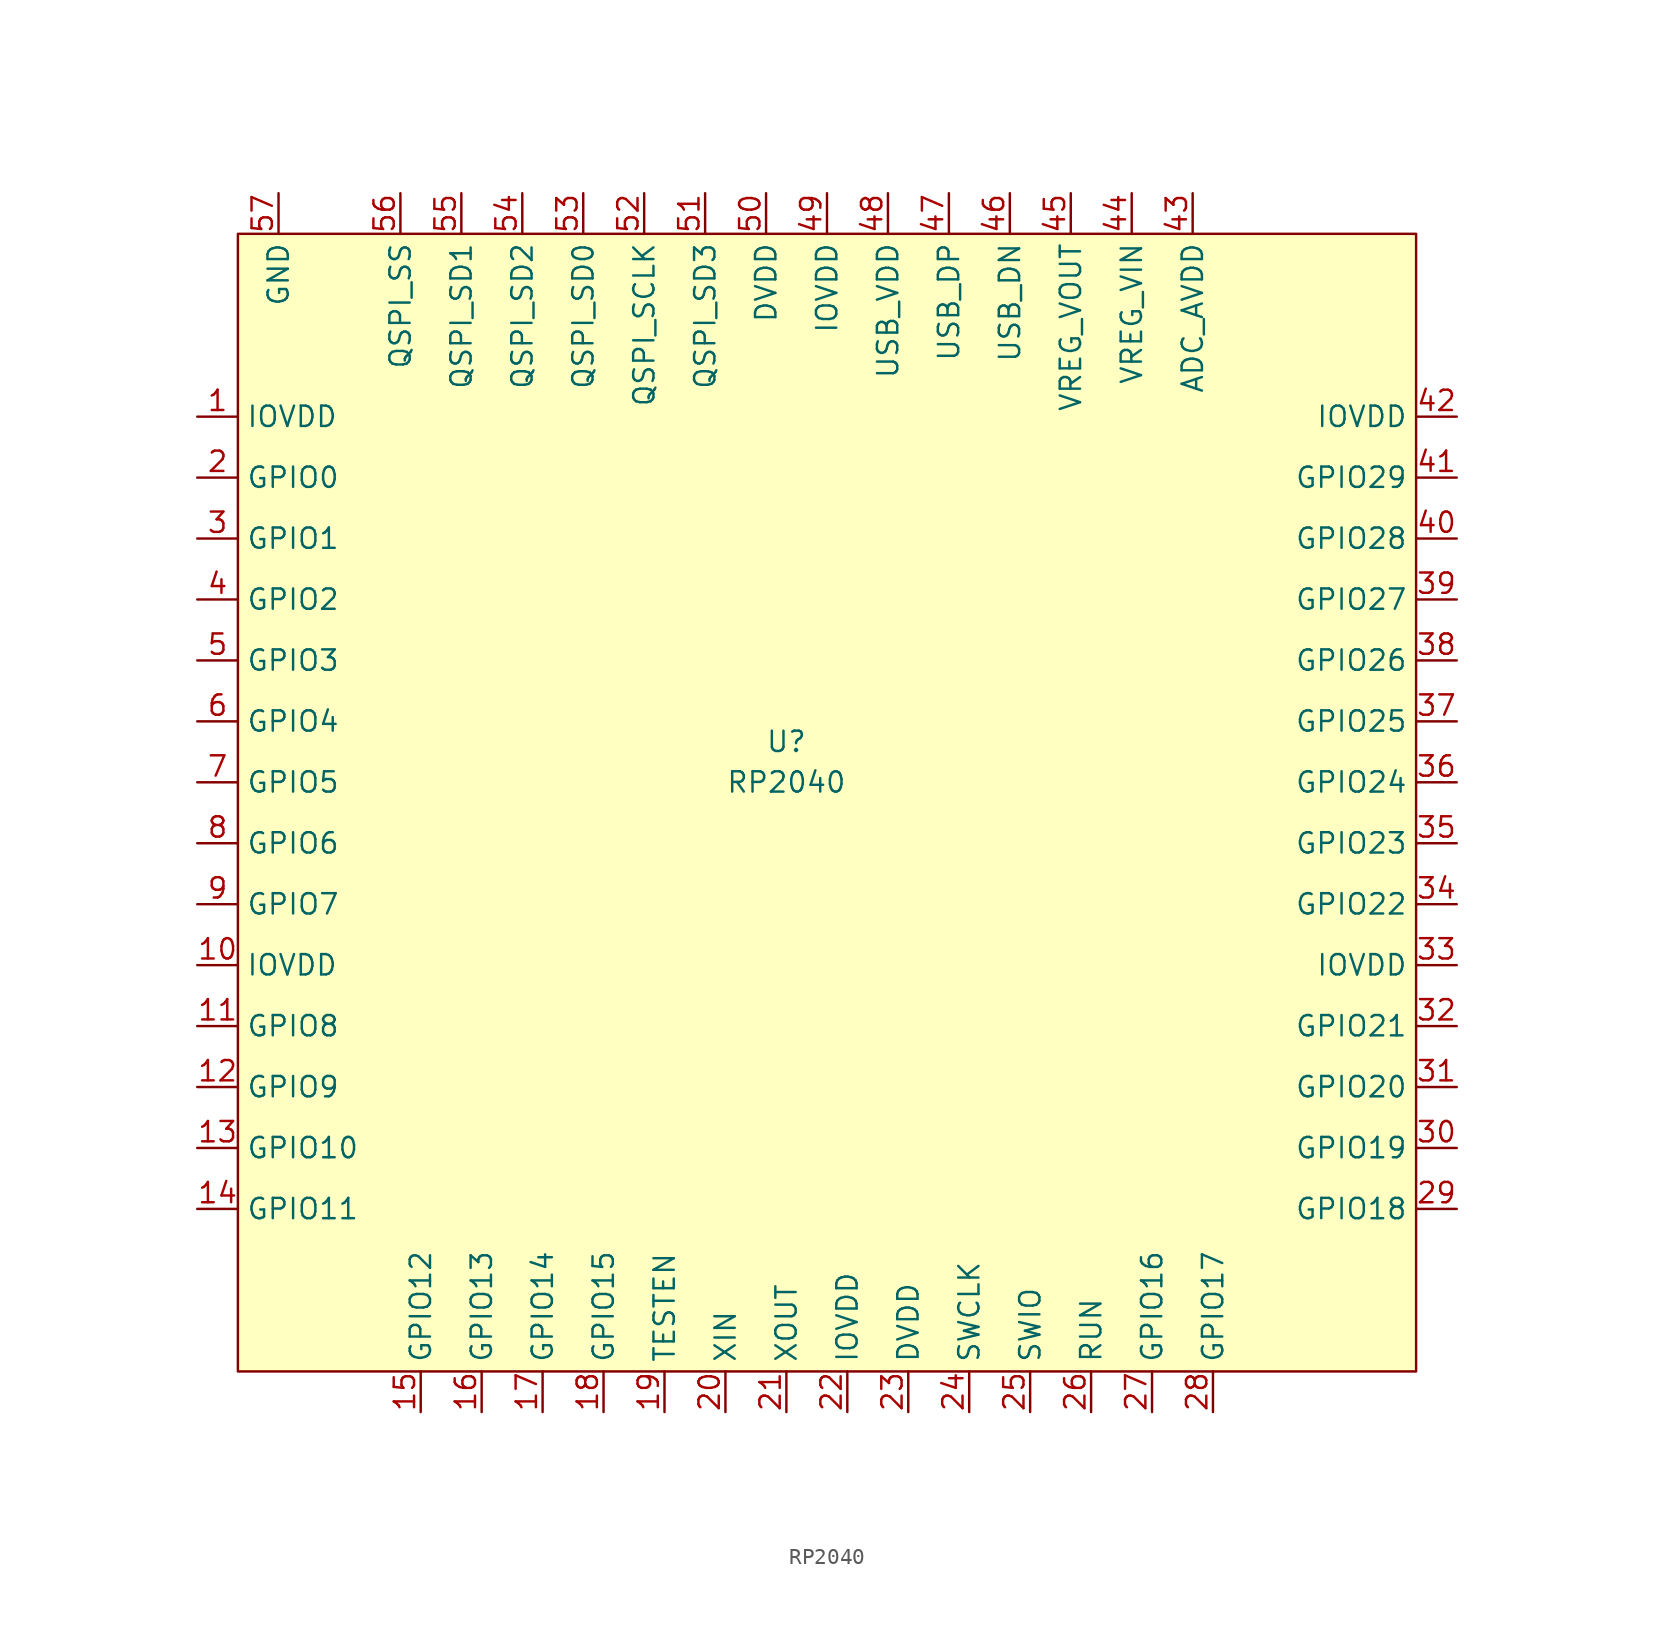
<source format=kicad_sym>
(kicad_symbol_lib
  (version 20211014)
  (generator kicad_symbol_editor)
  (symbol "RP2040"
    (property "Reference" "U"
      (at 0 3.81 0)
      (effects (font (size 1.27 1.27))))
    (property "Value" "RP2040"
      (at 0 1.27 0)
      (effects (font (size 1.27 1.27))))
    (symbol "RP2040_0_1"
      (rectangle (start -34.29 35.56) (end 39.37 -35.56) (stroke (width 0) (type default) (color 0 0 0 0)) (fill (type background))))
    (symbol "RP2040_1_1"
      (pin power_in line (at -36.83 24.13 0) (length 2.54) (name "IOVDD" (effects (font (size 1.27 1.27)))) (number "1" (effects (font (size 1.27 1.27)))))
      (pin power_in line (at -36.83 -10.16 0) (length 2.54) (name "IOVDD" (effects (font (size 1.27 1.27)))) (number "10" (effects (font (size 1.27 1.27)))))
      (pin bidirectional line (at -36.83 -13.97 0) (length 2.54) (name "GPIO8" (effects (font (size 1.27 1.27)))) (number "11" (effects (font (size 1.27 1.27)))) (alternate "I2C0_SDA" bidirectional line) (alternate "PWM4_A" bidirectional line) (alternate "SPI1_RX" bidirectional line) (alternate "UART1_TX" bidirectional line))
      (pin bidirectional line (at -36.83 -17.78 0) (length 2.54) (name "GPIO9" (effects (font (size 1.27 1.27)))) (number "12" (effects (font (size 1.27 1.27)))) (alternate "I2C0_SCL" bidirectional line) (alternate "PWM4_B" bidirectional line) (alternate "SPI1_CSn" bidirectional line) (alternate "UART1_RX" bidirectional line))
      (pin bidirectional line (at -36.83 -21.59 0) (length 2.54) (name "GPIO10" (effects (font (size 1.27 1.27)))) (number "13" (effects (font (size 1.27 1.27)))) (alternate "I2C1_SDA" bidirectional line) (alternate "PWM5_A" bidirectional line) (alternate "SPI1_SCK" bidirectional line) (alternate "UART1_CTS" bidirectional line))
      (pin bidirectional line (at -36.83 -25.4 0) (length 2.54) (name "GPIO11" (effects (font (size 1.27 1.27)))) (number "14" (effects (font (size 1.27 1.27)))) (alternate "I2C1_SCL" bidirectional line) (alternate "PWM5_B" bidirectional line) (alternate "SPI1_TX" bidirectional line) (alternate "UART1_RTS" bidirectional line))
      (pin bidirectional line (at -22.86 -38.1 90) (length 2.54) (name "GPIO12" (effects (font (size 1.27 1.27)))) (number "15" (effects (font (size 1.27 1.27)))) (alternate "I2C0_SDA" bidirectional line) (alternate "PWM6_A" bidirectional line) (alternate "SPI1_RX" bidirectional line) (alternate "UART0_TX" bidirectional line))
      (pin bidirectional line (at -19.05 -38.1 90) (length 2.54) (name "GPIO13" (effects (font (size 1.27 1.27)))) (number "16" (effects (font (size 1.27 1.27)))) (alternate "I2C0_SCL" bidirectional line) (alternate "PWM6_B" bidirectional line) (alternate "SPI1_CSn" bidirectional line) (alternate "UART0_RX" bidirectional line))
      (pin bidirectional line (at -15.24 -38.1 90) (length 2.54) (name "GPIO14" (effects (font (size 1.27 1.27)))) (number "17" (effects (font (size 1.27 1.27)))) (alternate "I2C1_SDA" bidirectional line) (alternate "PWM7_A" bidirectional line) (alternate "SPI1_SCK" bidirectional line) (alternate "UART0_CTS" bidirectional line))
      (pin bidirectional line (at -11.43 -38.1 90) (length 2.54) (name "GPIO15" (effects (font (size 1.27 1.27)))) (number "18" (effects (font (size 1.27 1.27)))) (alternate "I2C1_SCL" bidirectional line) (alternate "PWM7_B" bidirectional line) (alternate "SPI1_TX" bidirectional line) (alternate "UART0_RTS" bidirectional line))
      (pin input line (at -7.62 -38.1 90) (length 2.54) (name "TESTEN" (effects (font (size 1.27 1.27)))) (number "19" (effects (font (size 1.27 1.27)))))
      (pin bidirectional line (at -36.83 20.32 0) (length 2.54) (name "GPIO0" (effects (font (size 1.27 1.27)))) (number "2" (effects (font (size 1.27 1.27)))) (alternate "I2C0_SDA" bidirectional line) (alternate "PWM0_A" bidirectional line) (alternate "SPI0_RX" bidirectional line) (alternate "UART0_TX" bidirectional line))
      (pin input line (at -3.81 -38.1 90) (length 2.54) (name "XIN" (effects (font (size 1.27 1.27)))) (number "20" (effects (font (size 1.27 1.27)))))
      (pin input line (at 0 -38.1 90) (length 2.54) (name "XOUT" (effects (font (size 1.27 1.27)))) (number "21" (effects (font (size 1.27 1.27)))))
      (pin power_in line (at 3.81 -38.1 90) (length 2.54) (name "IOVDD" (effects (font (size 1.27 1.27)))) (number "22" (effects (font (size 1.27 1.27)))))
      (pin power_in line (at 7.62 -38.1 90) (length 2.54) (name "DVDD" (effects (font (size 1.27 1.27)))) (number "23" (effects (font (size 1.27 1.27)))))
      (pin bidirectional line (at 11.43 -38.1 90) (length 2.54) (name "SWCLK" (effects (font (size 1.27 1.27)))) (number "24" (effects (font (size 1.27 1.27)))))
      (pin bidirectional line (at 15.24 -38.1 90) (length 2.54) (name "SWIO" (effects (font (size 1.27 1.27)))) (number "25" (effects (font (size 1.27 1.27)))))
      (pin input line (at 19.05 -38.1 90) (length 2.54) (name "RUN" (effects (font (size 1.27 1.27)))) (number "26" (effects (font (size 1.27 1.27)))))
      (pin bidirectional line (at 22.86 -38.1 90) (length 2.54) (name "GPIO16" (effects (font (size 1.27 1.27)))) (number "27" (effects (font (size 1.27 1.27)))) (alternate "I2C0_SDA" bidirectional line) (alternate "PWM0_A" bidirectional line) (alternate "SPI0_RX" bidirectional line) (alternate "UART0_TX" bidirectional line))
      (pin bidirectional line (at 26.67 -38.1 90) (length 2.54) (name "GPIO17" (effects (font (size 1.27 1.27)))) (number "28" (effects (font (size 1.27 1.27)))) (alternate "I2C0_SCL" bidirectional line) (alternate "PWM0_B" bidirectional line) (alternate "SPI0_CSn" bidirectional line) (alternate "UART0_RX" bidirectional line))
      (pin bidirectional line (at 41.91 -25.4 180) (length 2.54) (name "GPIO18" (effects (font (size 1.27 1.27)))) (number "29" (effects (font (size 1.27 1.27)))) (alternate "I2C1_SDA" bidirectional line) (alternate "PWM1_A" bidirectional line) (alternate "SPI0_SCK" bidirectional line) (alternate "UART0_CTS" bidirectional line))
      (pin bidirectional line (at -36.83 16.51 0) (length 2.54) (name "GPIO1" (effects (font (size 1.27 1.27)))) (number "3" (effects (font (size 1.27 1.27)))) (alternate "I2C0_SCL" bidirectional line) (alternate "PWM0_B" bidirectional line) (alternate "SPI0_CSn" bidirectional line) (alternate "UART0_RX" bidirectional line))
      (pin bidirectional line (at 41.91 -21.59 180) (length 2.54) (name "GPIO19" (effects (font (size 1.27 1.27)))) (number "30" (effects (font (size 1.27 1.27)))) (alternate "I2C1_SCL" bidirectional line) (alternate "PWM1_B" bidirectional line) (alternate "SPI0_TX" bidirectional line) (alternate "UART0_RTS" bidirectional line))
      (pin bidirectional line (at 41.91 -17.78 180) (length 2.54) (name "GPIO20" (effects (font (size 1.27 1.27)))) (number "31" (effects (font (size 1.27 1.27)))) (alternate "I2C0_SDA" bidirectional line) (alternate "PWM2_A" bidirectional line) (alternate "SPI0_RX" bidirectional line) (alternate "UART1_TX" bidirectional line))
      (pin bidirectional line (at 41.91 -13.97 180) (length 2.54) (name "GPIO21" (effects (font (size 1.27 1.27)))) (number "32" (effects (font (size 1.27 1.27)))) (alternate "I2C0_SCL" bidirectional line) (alternate "PWM2_B" bidirectional line) (alternate "SPI0_CSn" bidirectional line) (alternate "UART1_RX" bidirectional line))
      (pin power_in line (at 41.91 -10.16 180) (length 2.54) (name "IOVDD" (effects (font (size 1.27 1.27)))) (number "33" (effects (font (size 1.27 1.27)))))
      (pin bidirectional line (at 41.91 -6.35 180) (length 2.54) (name "GPIO22" (effects (font (size 1.27 1.27)))) (number "34" (effects (font (size 1.27 1.27)))) (alternate "I2C1_SDA" bidirectional line) (alternate "PWM3_A" bidirectional line) (alternate "SPI0_SCK" bidirectional line) (alternate "UART1_CTS" bidirectional line))
      (pin bidirectional line (at 41.91 -2.54 180) (length 2.54) (name "GPIO23" (effects (font (size 1.27 1.27)))) (number "35" (effects (font (size 1.27 1.27)))) (alternate "I2C1_SCL" bidirectional line) (alternate "PWM3_B" bidirectional line) (alternate "SPI0_TX" bidirectional line) (alternate "UART1_RTS" bidirectional line))
      (pin bidirectional line (at 41.91 1.27 180) (length 2.54) (name "GPIO24" (effects (font (size 1.27 1.27)))) (number "36" (effects (font (size 1.27 1.27)))) (alternate "I2C0_SDA" bidirectional line) (alternate "PWM4_A" bidirectional line) (alternate "SPI1_RX" bidirectional line) (alternate "UART1_TX" bidirectional line))
      (pin bidirectional line (at 41.91 5.08 180) (length 2.54) (name "GPIO25" (effects (font (size 1.27 1.27)))) (number "37" (effects (font (size 1.27 1.27)))) (alternate "I2C0_SCL" bidirectional line) (alternate "PWM4_B" bidirectional line) (alternate "SPI1_CSn" bidirectional line) (alternate "UART1_RX" bidirectional line))
      (pin bidirectional line (at 41.91 8.89 180) (length 2.54) (name "GPIO26" (effects (font (size 1.27 1.27)))) (number "38" (effects (font (size 1.27 1.27)))) (alternate "ADC0" bidirectional line) (alternate "I2C1_SDA" bidirectional line) (alternate "PWM5_A" bidirectional line) (alternate "SPI1_SCK" bidirectional line) (alternate "UART1_CTS" bidirectional line))
      (pin bidirectional line (at 41.91 12.7 180) (length 2.54) (name "GPIO27" (effects (font (size 1.27 1.27)))) (number "39" (effects (font (size 1.27 1.27)))) (alternate "ADC1" bidirectional line) (alternate "I2C1_SCL" bidirectional line) (alternate "PWM5_B" bidirectional line) (alternate "SPI1_TX" bidirectional line) (alternate "UART1_RTS" bidirectional line))
      (pin bidirectional line (at -36.83 12.7 0) (length 2.54) (name "GPIO2" (effects (font (size 1.27 1.27)))) (number "4" (effects (font (size 1.27 1.27)))) (alternate "I2C1_SDA" bidirectional line) (alternate "PWM1_A" bidirectional line) (alternate "SPI0_SCK" bidirectional line) (alternate "UART0_CTS" bidirectional line))
      (pin bidirectional line (at 41.91 16.51 180) (length 2.54) (name "GPIO28" (effects (font (size 1.27 1.27)))) (number "40" (effects (font (size 1.27 1.27)))) (alternate "ADC2" bidirectional line) (alternate "I2C0_SDA" bidirectional line) (alternate "PWM6_A" bidirectional line) (alternate "SPI1_RX" bidirectional line) (alternate "UART0_TX" bidirectional line))
      (pin bidirectional line (at 41.91 20.32 180) (length 2.54) (name "GPIO29" (effects (font (size 1.27 1.27)))) (number "41" (effects (font (size 1.27 1.27)))) (alternate "ADC3" bidirectional line) (alternate "I2C0_SCL" bidirectional line) (alternate "PWM6_B" bidirectional line) (alternate "SPI1_CSn" bidirectional line) (alternate "UART0_RX" bidirectional line))
      (pin power_in line (at 41.91 24.13 180) (length 2.54) (name "IOVDD" (effects (font (size 1.27 1.27)))) (number "42" (effects (font (size 1.27 1.27)))))
      (pin power_in line (at 25.4 38.1 270) (length 2.54) (name "ADC_AVDD" (effects (font (size 1.27 1.27)))) (number "43" (effects (font (size 1.27 1.27)))))
      (pin power_in line (at 21.59 38.1 270) (length 2.54) (name "VREG_VIN" (effects (font (size 1.27 1.27)))) (number "44" (effects (font (size 1.27 1.27)))))
      (pin power_in line (at 17.78 38.1 270) (length 2.54) (name "VREG_VOUT" (effects (font (size 1.27 1.27)))) (number "45" (effects (font (size 1.27 1.27)))))
      (pin bidirectional line (at 13.97 38.1 270) (length 2.54) (name "USB_DN" (effects (font (size 1.27 1.27)))) (number "46" (effects (font (size 1.27 1.27)))))
      (pin bidirectional line (at 10.16 38.1 270) (length 2.54) (name "USB_DP" (effects (font (size 1.27 1.27)))) (number "47" (effects (font (size 1.27 1.27)))))
      (pin power_in line (at 6.35 38.1 270) (length 2.54) (name "USB_VDD" (effects (font (size 1.27 1.27)))) (number "48" (effects (font (size 1.27 1.27)))))
      (pin power_in line (at 2.54 38.1 270) (length 2.54) (name "IOVDD" (effects (font (size 1.27 1.27)))) (number "49" (effects (font (size 1.27 1.27)))))
      (pin bidirectional line (at -36.83 8.89 0) (length 2.54) (name "GPIO3" (effects (font (size 1.27 1.27)))) (number "5" (effects (font (size 1.27 1.27)))) (alternate "I2C1_SCL" bidirectional line) (alternate "PWM1_B" bidirectional line) (alternate "SPI0_TX" bidirectional line) (alternate "UART0_RTS" bidirectional line))
      (pin power_in line (at -1.27 38.1 270) (length 2.54) (name "DVDD" (effects (font (size 1.27 1.27)))) (number "50" (effects (font (size 1.27 1.27)))))
      (pin bidirectional line (at -5.08 38.1 270) (length 2.54) (name "QSPI_SD3" (effects (font (size 1.27 1.27)))) (number "51" (effects (font (size 1.27 1.27)))))
      (pin bidirectional line (at -8.89 38.1 270) (length 2.54) (name "QSPI_SCLK" (effects (font (size 1.27 1.27)))) (number "52" (effects (font (size 1.27 1.27)))))
      (pin bidirectional line (at -12.7 38.1 270) (length 2.54) (name "QSPI_SD0" (effects (font (size 1.27 1.27)))) (number "53" (effects (font (size 1.27 1.27)))))
      (pin bidirectional line (at -16.51 38.1 270) (length 2.54) (name "QSPI_SD2" (effects (font (size 1.27 1.27)))) (number "54" (effects (font (size 1.27 1.27)))))
      (pin bidirectional line (at -20.32 38.1 270) (length 2.54) (name "QSPI_SD1" (effects (font (size 1.27 1.27)))) (number "55" (effects (font (size 1.27 1.27)))))
      (pin bidirectional line (at -24.13 38.1 270) (length 2.54) (name "QSPI_SS" (effects (font (size 1.27 1.27)))) (number "56" (effects (font (size 1.27 1.27)))))
      (pin power_in line (at -31.75 38.1 270) (length 2.54) (name "GND" (effects (font (size 1.27 1.27)))) (number "57" (effects (font (size 1.27 1.27)))))
      (pin bidirectional line (at -36.83 5.08 0) (length 2.54) (name "GPIO4" (effects (font (size 1.27 1.27)))) (number "6" (effects (font (size 1.27 1.27)))) (alternate "I2C0_SDA" bidirectional line) (alternate "PWM2_A" bidirectional line) (alternate "SPI0_RX" bidirectional line) (alternate "UART1_TX" bidirectional line))
      (pin bidirectional line (at -36.83 1.27 0) (length 2.54) (name "GPIO5" (effects (font (size 1.27 1.27)))) (number "7" (effects (font (size 1.27 1.27)))) (alternate "I2C0_SCL" bidirectional line) (alternate "PWM2_B" bidirectional line) (alternate "SPI0_CSn" bidirectional line) (alternate "UART1_RX" bidirectional line))
      (pin bidirectional line (at -36.83 -2.54 0) (length 2.54) (name "GPIO6" (effects (font (size 1.27 1.27)))) (number "8" (effects (font (size 1.27 1.27)))) (alternate "I2C1_SDA" bidirectional line) (alternate "PWM3_A" bidirectional line) (alternate "SPI0_SCK" bidirectional line) (alternate "UART1_CTS" bidirectional line))
      (pin bidirectional line (at -36.83 -6.35 0) (length 2.54) (name "GPIO7" (effects (font (size 1.27 1.27)))) (number "9" (effects (font (size 1.27 1.27)))) (alternate "I2C1_SCL" bidirectional line) (alternate "PWM3_B" bidirectional line) (alternate "SPI0_TX" bidirectional line) (alternate "UART1_RTS" bidirectional line)))))
</source>
